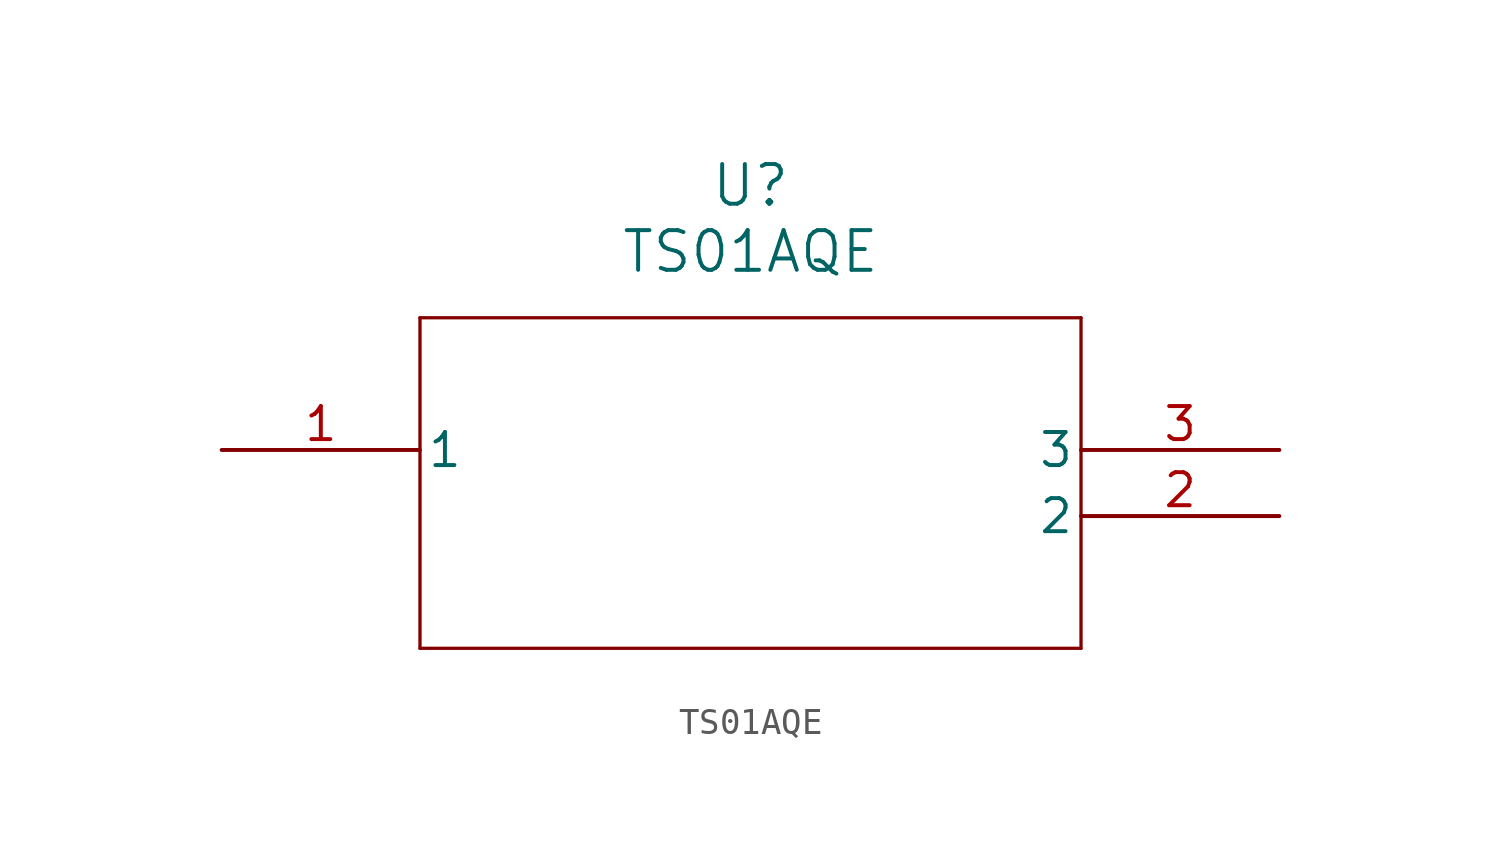
<source format=kicad_sym>
(kicad_symbol_lib
  (version 20211014)
  (generator kicad_symbol_editor)
  (symbol "TS01AQE"
    (pin_names
      (offset 0.254))
    (property "Reference" "U"
      (at 20.32 10.16 0)
      (effects (font (size 1.524 1.524))))
    (property "Value" "TS01AQE"
      (at 20.32 7.62 0)
      (effects (font (size 1.524 1.524))))
    (symbol "TS01AQE_0_1"
      (polyline (pts (xy 7.62 5.08) (xy 7.62 -7.62)) (stroke (width 0.127) (type default) (color 0 0 0 0)) (fill (type none)))
      (polyline (pts (xy 7.62 -7.62) (xy 33.02 -7.62)) (stroke (width 0.127) (type default) (color 0 0 0 0)) (fill (type none)))
      (polyline (pts (xy 33.02 -7.62) (xy 33.02 5.08)) (stroke (width 0.127) (type default) (color 0 0 0 0)) (fill (type none)))
      (polyline (pts (xy 33.02 5.08) (xy 7.62 5.08)) (stroke (width 0.127) (type default) (color 0 0 0 0)) (fill (type none)))
      (pin unspecified line (at 0 0 0) (length 7.62) (name "1" (effects (font (size 1.27 1.27)))) (number "1" (effects (font (size 1.27 1.27)))))
      (pin unspecified line (at 40.64 -2.54 180) (length 7.62) (name "2" (effects (font (size 1.27 1.27)))) (number "2" (effects (font (size 1.27 1.27)))))
      (pin unspecified line (at 40.64 0 180) (length 7.62) (name "3" (effects (font (size 1.27 1.27)))) (number "3" (effects (font (size 1.27 1.27))))))))
</source>
